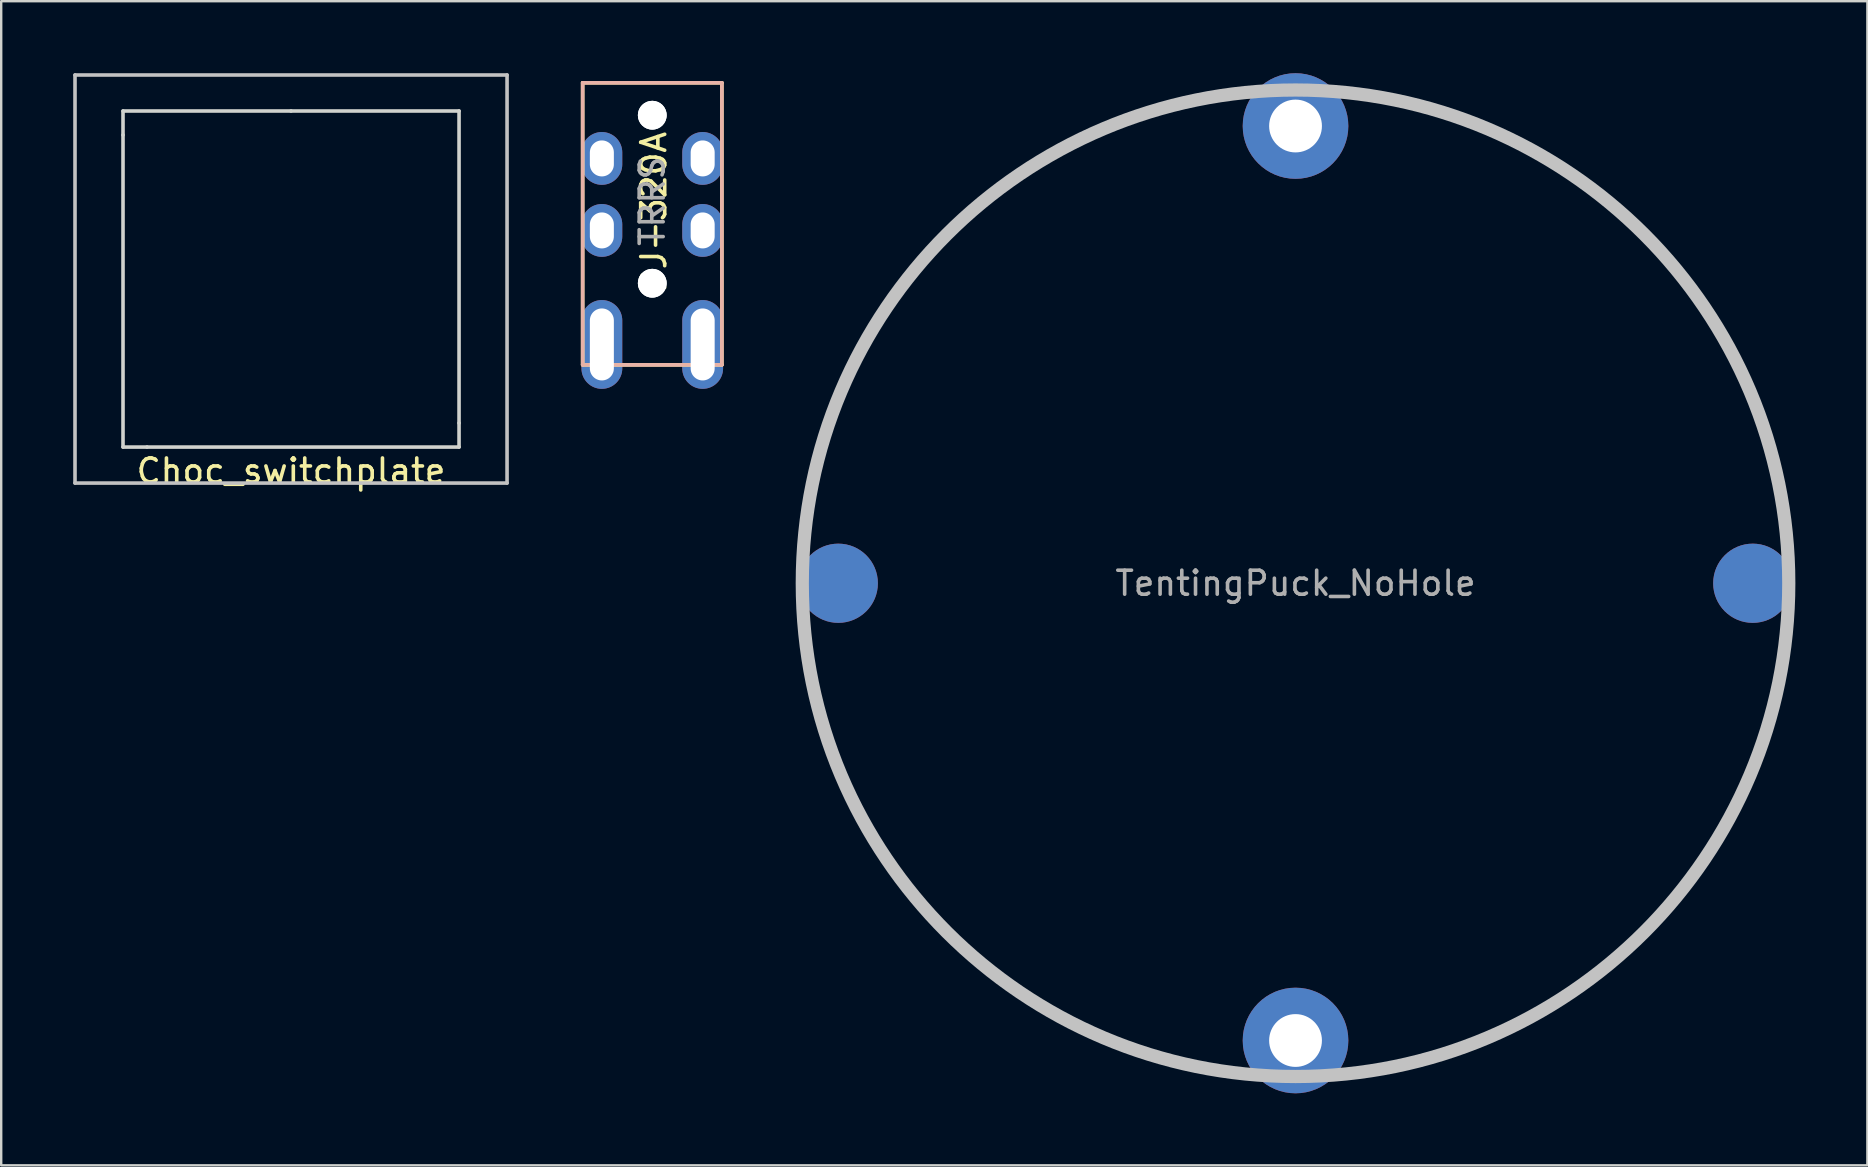
<source format=kicad_pcb>
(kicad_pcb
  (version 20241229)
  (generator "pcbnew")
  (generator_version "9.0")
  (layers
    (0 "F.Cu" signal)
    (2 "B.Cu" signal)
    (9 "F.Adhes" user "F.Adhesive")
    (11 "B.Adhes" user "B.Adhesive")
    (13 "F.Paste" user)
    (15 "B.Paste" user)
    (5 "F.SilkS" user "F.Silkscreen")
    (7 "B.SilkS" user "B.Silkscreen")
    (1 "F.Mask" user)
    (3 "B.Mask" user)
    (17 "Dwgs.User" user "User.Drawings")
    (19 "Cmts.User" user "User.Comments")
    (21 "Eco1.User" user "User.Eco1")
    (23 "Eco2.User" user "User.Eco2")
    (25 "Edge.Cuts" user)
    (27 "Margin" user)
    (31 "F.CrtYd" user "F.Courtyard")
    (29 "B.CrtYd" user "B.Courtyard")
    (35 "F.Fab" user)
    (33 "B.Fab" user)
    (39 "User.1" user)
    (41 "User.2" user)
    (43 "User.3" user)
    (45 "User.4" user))
  (footprint "PJ-320A"
    (layer "F.Cu")
    (at 24.125 0.25)
    (property "Reference" "PJ-320A" (at 0.063 5.555 270) (layer "F.SilkS") (effects (font (size 1 1) (thickness 0.15))))
    (attr through_hole)
    (fp_line (start -2.9 0.15) (end 2.9 0.15) (stroke (width 0.15) (type solid)) (layer "F.SilkS"))
    (fp_line (start -2.9 11.9) (end -2.9 0.15) (stroke (width 0.15) (type solid)) (layer "F.SilkS"))
    (fp_line (start 2.9 0.15) (end 2.9 11.9) (stroke (width 0.15) (type solid)) (layer "F.SilkS"))
    (fp_line (start 2.9 11.9) (end -2.9 11.9) (stroke (width 0.15) (type solid)) (layer "F.SilkS"))
    (fp_line (start -2.9 0.15) (end -2.9 11.9) (stroke (width 0.15) (type solid)) (layer "B.SilkS"))
    (fp_line (start -2.9 11.9) (end 2.9 11.9) (stroke (width 0.15) (type solid)) (layer "B.SilkS"))
    (fp_line (start 2.9 0.15) (end -2.9 0.15) (stroke (width 0.15) (type solid)) (layer "B.SilkS"))
    (fp_line (start 2.9 11.9) (end 2.9 0.15) (stroke (width 0.15) (type solid)) (layer "B.SilkS"))
    (fp_text user "TRRS" (at 0 5.08 270) (layer "F.Fab") (effects (font (size 1 1) (thickness 0.15))))
    (pad "" np_thru_hole circle (at 0 1.5 180) (size 1.2 1.2) (drill 1.2) (layers "*.Cu" "*.Mask"))
    (pad "" np_thru_hole circle (at 0 1.5) (size 1.2 1.2) (drill 1.2) (layers "*.Cu" "*.Mask"))
    (pad "" np_thru_hole circle (at 0 8.5 180) (size 1.2 1.2) (drill 1.2) (layers "*.Cu" "*.Mask"))
    (pad "" np_thru_hole circle (at 0 8.5) (size 1.2 1.2) (drill 1.2) (layers "*.Cu" "*.Mask"))
    (pad "R1" thru_hole oval (at -2.1 6.3 180) (size 1.7 2.2) (drill oval 1 1.5) (layers "*.Cu" "F.Mask" "F.Paste"))
    (pad "R1" thru_hole oval (at 2.1 6.3) (size 1.7 2.2) (drill oval 1 1.5) (layers "*.Cu" "B.Mask" "B.Paste"))
    (pad "R2" thru_hole oval (at -2.1 11.05 180) (size 1.7 3.7) (drill oval 1 3) (layers "*.Cu" "*.Paste" "*.Mask"))
    (pad "S" thru_hole oval (at 2.1 11.05 180) (size 1.7 3.7) (drill oval 1 3) (layers "*.Cu" "*.Paste" "*.Mask"))
    (pad "T" thru_hole oval (at -2.1 3.3 180) (size 1.7 2.2) (drill oval 1 1.5) (layers "*.Cu" "F.Mask" "F.Paste"))
    (pad "T" thru_hole oval (at 2.1 3.3) (size 1.7 2.2) (drill oval 1 1.5) (layers "*.Cu" "B.Mask" "B.Paste")))
  (footprint "Choc_switchplate"
    (layer "F.Cu")
    (at 9.075 8.575)
    (property "Reference" "Choc_switchplate" (at 0 8 180) (layer "F.SilkS") (effects (font (size 1 1) (thickness 0.15))))
    (attr through_hole board_only exclude_from_pos_files exclude_from_bom)
    (fp_line (start -9 -8.5) (end 9 -8.5) (stroke (width 0.15) (type solid)) (layer "Dwgs.User"))
    (fp_line (start -9 8.5) (end -9 -8.5) (stroke (width 0.15) (type solid)) (layer "Dwgs.User"))
    (fp_line (start 9 -8.5) (end 9 8.5) (stroke (width 0.15) (type solid)) (layer "Dwgs.User"))
    (fp_line (start 9 8.5) (end -9 8.5) (stroke (width 0.15) (type solid)) (layer "Dwgs.User"))
    (fp_line (start -7 -7) (end -7 -6) (stroke (width 0.15) (type solid)) (layer "Edge.Cuts"))
    (fp_line (start -7 -6) (end -7 7) (stroke (width 0.15) (type solid)) (layer "Edge.Cuts"))
    (fp_line (start -7 7) (end -6 7) (stroke (width 0.15) (type solid)) (layer "Edge.Cuts"))
    (fp_line (start 0 -7) (end -7 -7) (stroke (width 0.15) (type solid)) (layer "Edge.Cuts"))
    (fp_line (start 0 -7) (end 7 -7) (stroke (width 0.15) (type solid)) (layer "Edge.Cuts"))
    (fp_line (start 7 -7) (end 7 6) (stroke (width 0.15) (type solid)) (layer "Edge.Cuts"))
    (fp_line (start 7 6) (end 7 7) (stroke (width 0.15) (type solid)) (layer "Edge.Cuts"))
    (fp_line (start 7 7) (end -6 7) (stroke (width 0.15) (type solid)) (layer "Edge.Cuts")))
  (footprint "TentingPuck_NoHole"
    (layer "F.Cu")
    (at 50.925 21.25)
    (property "Reference" "TentingPuck_NoHole" (at 0 0 0) (layer "F.Fab") (effects (font (size 1 1) (thickness 0.15))))
    (attr exclude_from_pos_files exclude_from_bom)
    (fp_arc (start -20.32 -2.8575) (mid -19.91151 -4.959787) (end -19.286134 -7.008049) (stroke (width 0.2) (type solid)) (layer "F.SilkS"))
    (fp_arc (start -19.286134 7.008048) (mid -19.911513 4.959787) (end -20.32 2.8575) (stroke (width 0.2) (type solid)) (layer "F.SilkS"))
    (fp_arc (start -7.008049 -19.286134) (mid -4.959787 -19.91151) (end -2.8575 -20.32) (stroke (width 0.2) (type solid)) (layer "F.SilkS"))
    (fp_arc (start -2.8575 20.32) (mid -4.959785 19.91151) (end -7.008045 19.286135) (stroke (width 0.2) (type solid)) (layer "F.SilkS"))
    (fp_arc (start 2.8575 -20.32) (mid 4.959785 -19.911508) (end 7.008046 -19.286135) (stroke (width 0.2) (type solid)) (layer "F.SilkS"))
    (fp_arc (start 7.008045 19.286135) (mid 4.959785 19.911511) (end 2.8575 20.32) (stroke (width 0.2) (type solid)) (layer "F.SilkS"))
    (fp_arc (start 19.286136 -7.008044) (mid 19.91151 -4.959784) (end 20.32 -2.8575) (stroke (width 0.2) (type solid)) (layer "F.SilkS"))
    (fp_arc (start 20.32 2.8575) (mid 19.911508 4.959785) (end 19.286135 7.008046) (stroke (width 0.2) (type solid)) (layer "F.SilkS"))
    (fp_arc (start -20.32 -2.8575) (mid -19.91151 -4.959784) (end -19.286136 -7.008044) (stroke (width 0.2) (type solid)) (layer "B.SilkS"))
    (fp_arc (start -19.286135 7.008046) (mid -19.911508 4.959785) (end -20.32 2.8575) (stroke (width 0.2) (type solid)) (layer "B.SilkS"))
    (fp_arc (start -7.008046 -19.286135) (mid -4.959785 -19.911508) (end -2.8575 -20.32) (stroke (width 0.2) (type solid)) (layer "B.SilkS"))
    (fp_arc (start -2.8575 20.32) (mid -4.959785 19.911511) (end -7.008045 19.286135) (stroke (width 0.2) (type solid)) (layer "B.SilkS"))
    (fp_arc (start 2.8575 -20.32) (mid 4.959787 -19.91151) (end 7.008049 -19.286134) (stroke (width 0.2) (type solid)) (layer "B.SilkS"))
    (fp_arc (start 7.008045 19.286135) (mid 4.959785 19.91151) (end 2.8575 20.32) (stroke (width 0.2) (type solid)) (layer "B.SilkS"))
    (fp_arc (start 19.286134 -7.008049) (mid 19.91151 -4.959787) (end 20.32 -2.8575) (stroke (width 0.2) (type solid)) (layer "B.SilkS"))
    (fp_arc (start 20.32 2.8575) (mid 19.911513 4.959787) (end 19.286134 7.008048) (stroke (width 0.2) (type solid)) (layer "B.SilkS"))
    (fp_circle (center 0 0) (end 20.55 -0.000001) (stroke (width 0.55) (type solid)) (fill no) (layer "Dwgs.User"))
    (pad "1" smd circle (at -19.05 0) (size 3.3 3.3) (layers "F.Cu" "F.Mask"))
    (pad "1" smd circle (at -19.05 0) (size 3.3 3.3) (layers "B.Cu" "B.Mask"))
    (pad "1" thru_hole circle (at 0 -19.05) (size 4.4 4.4) (drill 2.2) (layers "*.Cu" "*.Mask"))
    (pad "1" thru_hole circle (at 0 19.05) (size 4.4 4.4) (drill 2.2) (layers "*.Cu" "*.Mask"))
    (pad "1" smd circle (at 19.05 0) (size 3.3 3.3) (layers "F.Cu" "F.Mask"))
    (pad "1" smd circle (at 19.05 0) (size 3.3 3.3) (layers "B.Cu" "B.Mask")))
  (gr_rect
    (start -3 -3)
    (end 74.75 45.5)
    (stroke (width 0.1) (type default))
    (fill no)
    (layer "Edge.Cuts")))
</source>
